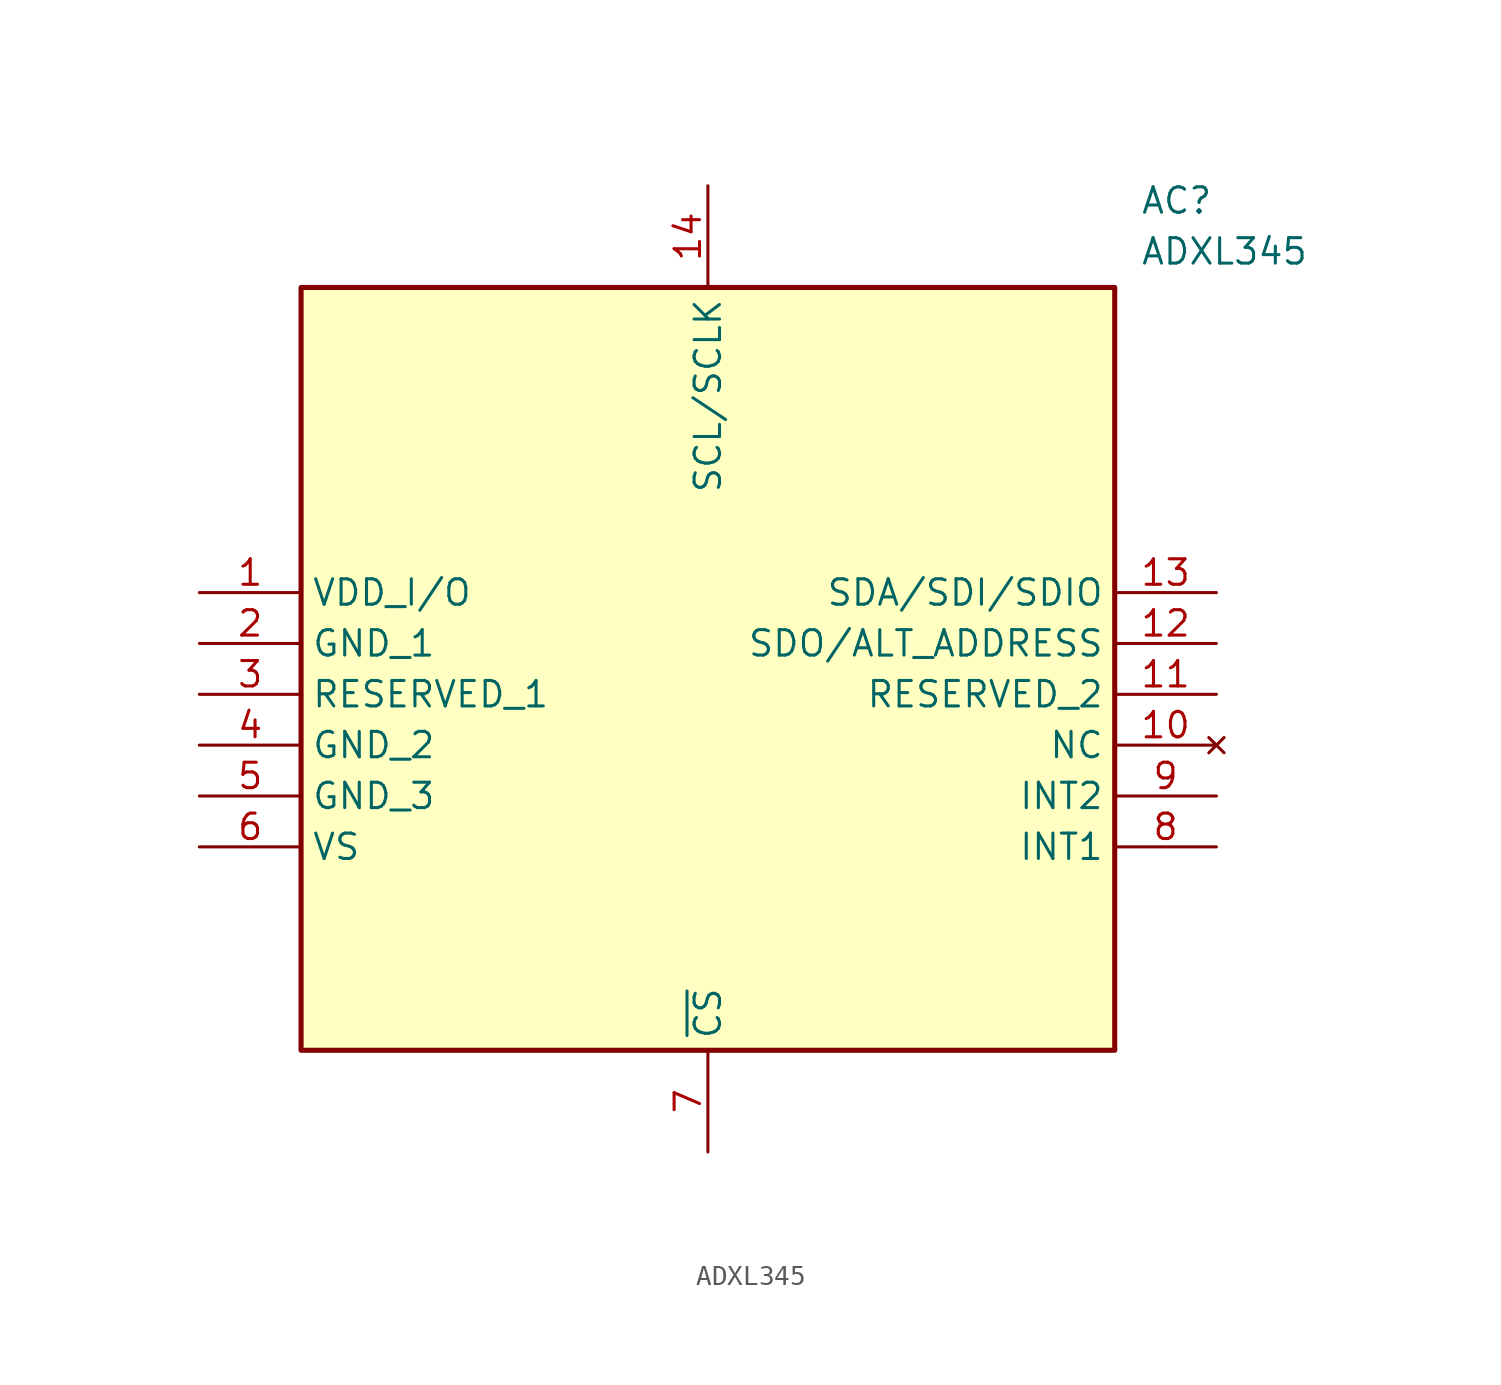
<source format=kicad_sym>
(kicad_symbol_lib
  (version 20211014)
  (generator SamacSys_ECAD_Model)
  (symbol "ADXL345"
    (property "Reference" "AC"
      (at 46.99 20.32 0)
      (effects (font (size 1.27 1.27)) (justify left top)))
    (property "Value" "ADXL345"
      (at 46.99 17.78 0)
      (effects (font (size 1.27 1.27)) (justify left top)))
    (rectangle
      (start 5.08 15.24)
      (end 45.72 -22.86)
      (stroke (width 0.254) (type default))
      (fill (type background)))
    (pin power_in line
      (at 0 0 0)
      (length 5.08)
      (name "VDD_I/O" (effects (font (size 1.27 1.27))))
      (number "1" (effects (font (size 1.27 1.27)))))
    (pin power_in line
      (at 0 -2.54 0)
      (length 5.08)
      (name "GND_1" (effects (font (size 1.27 1.27))))
      (number "2" (effects (font (size 1.27 1.27)))))
    (pin passive line
      (at 0 -5.08 0)
      (length 5.08)
      (name "RESERVED_1" (effects (font (size 1.27 1.27))))
      (number "3" (effects (font (size 1.27 1.27)))))
    (pin power_in line
      (at 0 -7.62 0)
      (length 5.08)
      (name "GND_2" (effects (font (size 1.27 1.27))))
      (number "4" (effects (font (size 1.27 1.27)))))
    (pin power_in line
      (at 0 -10.16 0)
      (length 5.08)
      (name "GND_3" (effects (font (size 1.27 1.27))))
      (number "5" (effects (font (size 1.27 1.27)))))
    (pin passive line
      (at 0 -12.7 0)
      (length 5.08)
      (name "VS" (effects (font (size 1.27 1.27))))
      (number "6" (effects (font (size 1.27 1.27)))))
    (pin input line
      (at 25.4 -27.94 90)
      (length 5.08)
      (name "~{CS}" (effects (font (size 1.27 1.27))))
      (number "7" (effects (font (size 1.27 1.27)))))
    (pin input line
      (at 50.8 -12.7 180)
      (length 5.08)
      (name "INT1" (effects (font (size 1.27 1.27))))
      (number "8" (effects (font (size 1.27 1.27)))))
    (pin input line
      (at 50.8 -10.16 180)
      (length 5.08)
      (name "INT2" (effects (font (size 1.27 1.27))))
      (number "9" (effects (font (size 1.27 1.27)))))
    (pin no_connect line
      (at 50.8 -7.62 180)
      (length 5.08)
      (name "NC" (effects (font (size 1.27 1.27))))
      (number "10" (effects (font (size 1.27 1.27)))))
    (pin passive line
      (at 50.8 -5.08 180)
      (length 5.08)
      (name "RESERVED_2" (effects (font (size 1.27 1.27))))
      (number "11" (effects (font (size 1.27 1.27)))))
    (pin passive line
      (at 50.8 -2.54 180)
      (length 5.08)
      (name "SDO/ALT_ADDRESS" (effects (font (size 1.27 1.27))))
      (number "12" (effects (font (size 1.27 1.27)))))
    (pin bidirectional line
      (at 50.8 0 180)
      (length 5.08)
      (name "SDA/SDI/SDIO" (effects (font (size 1.27 1.27))))
      (number "13" (effects (font (size 1.27 1.27)))))
    (pin input line
      (at 25.4 20.32 270)
      (length 5.08)
      (name "SCL/SCLK" (effects (font (size 1.27 1.27))))
      (number "14" (effects (font (size 1.27 1.27)))))))
</source>
